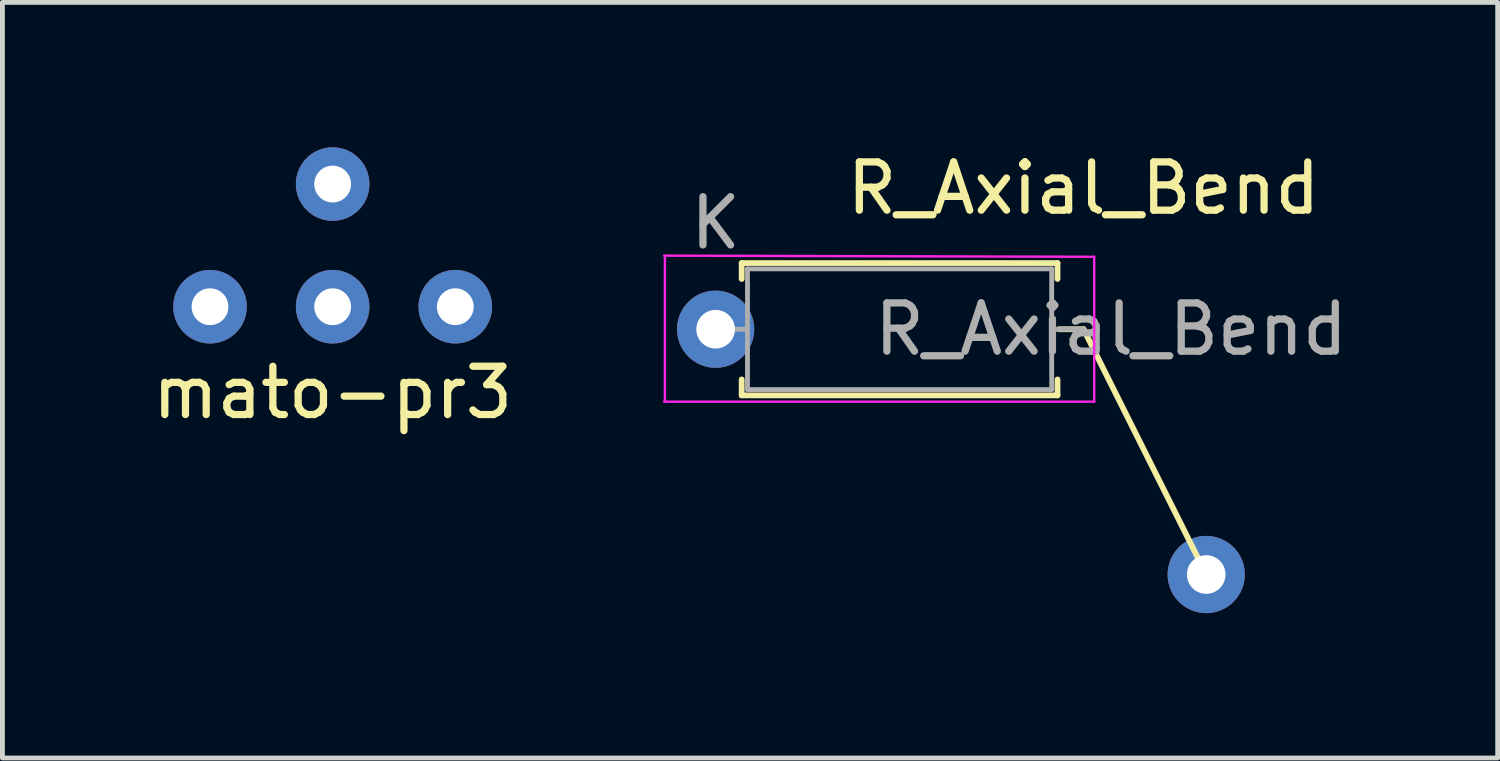
<source format=kicad_pcb>
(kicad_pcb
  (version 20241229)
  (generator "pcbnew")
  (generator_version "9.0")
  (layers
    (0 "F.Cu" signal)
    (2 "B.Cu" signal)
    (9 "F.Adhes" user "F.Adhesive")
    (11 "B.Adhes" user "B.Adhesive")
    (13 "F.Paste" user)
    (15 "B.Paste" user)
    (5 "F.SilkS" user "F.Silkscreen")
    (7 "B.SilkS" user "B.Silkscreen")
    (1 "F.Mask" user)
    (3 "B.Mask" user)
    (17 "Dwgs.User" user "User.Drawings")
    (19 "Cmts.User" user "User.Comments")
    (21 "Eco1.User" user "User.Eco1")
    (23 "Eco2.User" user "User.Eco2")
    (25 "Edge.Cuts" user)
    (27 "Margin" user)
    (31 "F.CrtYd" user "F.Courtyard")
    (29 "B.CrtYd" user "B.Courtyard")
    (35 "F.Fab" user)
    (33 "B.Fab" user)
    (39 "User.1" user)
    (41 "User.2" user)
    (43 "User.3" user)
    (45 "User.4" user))
  (footprint "R_Axial_Bend"
    (layer "F.Cu")
    (at 11.77 3.768)
    (property "Reference" "R_Axial_Bend" (at 7.62 -2.92 0) (layer "F.SilkS") (effects (font (size 1 1) (thickness 0.15))))
    (attr through_hole)
    (fp_line (start 0.54 -1.37) (end 7.08 -1.37) (stroke (width 0.12) (type solid)) (layer "F.SilkS"))
    (fp_line (start 0.54 -1.04) (end 0.54 -1.37) (stroke (width 0.12) (type solid)) (layer "F.SilkS"))
    (fp_line (start 0.54 1.04) (end 0.54 1.37) (stroke (width 0.12) (type solid)) (layer "F.SilkS"))
    (fp_line (start 0.54 1.37) (end 7.08 1.37) (stroke (width 0.12) (type solid)) (layer "F.SilkS"))
    (fp_line (start 7.08 -1.37) (end 7.08 -1.04) (stroke (width 0.12) (type solid)) (layer "F.SilkS"))
    (fp_line (start 7.08 1.37) (end 7.08 1.04) (stroke (width 0.12) (type solid)) (layer "F.SilkS"))
    (fp_line (start 7.112 0) (end 7.62 0) (stroke (width 0.12) (type solid)) (layer "F.SilkS"))
    (fp_line (start 7.62 0) (end 10.16 5.08) (stroke (width 0.12) (type solid)) (layer "F.SilkS"))
    (fp_line (start -1.067 1.5) (end 7.84 1.5) (stroke (width 0.05) (type solid)) (layer "F.CrtYd"))
    (fp_line (start -1.05 -1.5) (end -1.05 1.5) (stroke (width 0.05) (type solid)) (layer "F.CrtYd"))
    (fp_line (start 7.84 -1.5) (end -1.067 -1.524) (stroke (width 0.05) (type solid)) (layer "F.CrtYd"))
    (fp_line (start 7.84 1.5) (end 7.84 -1.5) (stroke (width 0.05) (type solid)) (layer "F.CrtYd"))
    (fp_line (start 0 0) (end 0.66 0) (stroke (width 0.1) (type solid)) (layer "F.Fab"))
    (fp_line (start 0.66 -1.25) (end 0.66 1.25) (stroke (width 0.1) (type solid)) (layer "F.Fab"))
    (fp_line (start 0.66 1.25) (end 6.96 1.25) (stroke (width 0.1) (type solid)) (layer "F.Fab"))
    (fp_line (start 6.96 -1.25) (end 0.66 -1.25) (stroke (width 0.1) (type solid)) (layer "F.Fab"))
    (fp_line (start 6.96 1.25) (end 6.96 -1.25) (stroke (width 0.1) (type solid)) (layer "F.Fab"))
    (fp_line (start 7.62 0) (end 6.96 0) (stroke (width 0.1) (type solid)) (layer "F.Fab"))
    (fp_text user "K" (at 0 -2.2 0) (layer "F.Fab") (effects (font (size 1 1) (thickness 0.15))))
    (fp_text user "${REFERENCE}" (at 8.19 0 0) (layer "F.Fab") (effects (font (size 1 1) (thickness 0.15))))
    (pad "1" thru_hole circle (at 0 0) (size 1.6 1.6) (drill 0.8) (layers "*.Cu" "*.Mask"))
    (pad "2" thru_hole oval (at 10.16 5.08) (size 1.6 1.6) (drill 0.8) (layers "*.Cu" "*.Mask")))
  (footprint "mato-pr3"
    (layer "F.Cu")
    (at 3.839 3.302)
    (property "Reference" "mato-pr3" (at 0 1.778 0) (layer "F.SilkS") (effects (font (size 1 1) (thickness 0.15))))
    (attr through_hole)
    (pad "4" thru_hole circle (at -2.54 0) (size 1.524 1.524) (drill 0.762) (layers "*.Cu" "*.Mask"))
    (pad "5" thru_hole circle (at 0 0) (size 1.524 1.524) (drill 0.762) (layers "*.Cu" "*.Mask"))
    (pad "6" thru_hole circle (at 2.54 0) (size 1.524 1.524) (drill 0.762) (layers "*.Cu" "*.Mask"))
    (pad "7" thru_hole circle (at 0 -2.54) (size 1.524 1.524) (drill 0.762) (layers "*.Cu" "*.Mask")))
  (gr_rect
    (start -3 -3)
    (end 27.966 12.648)
    (stroke (width 0.1) (type default))
    (fill no)
    (layer "Edge.Cuts")))
</source>
